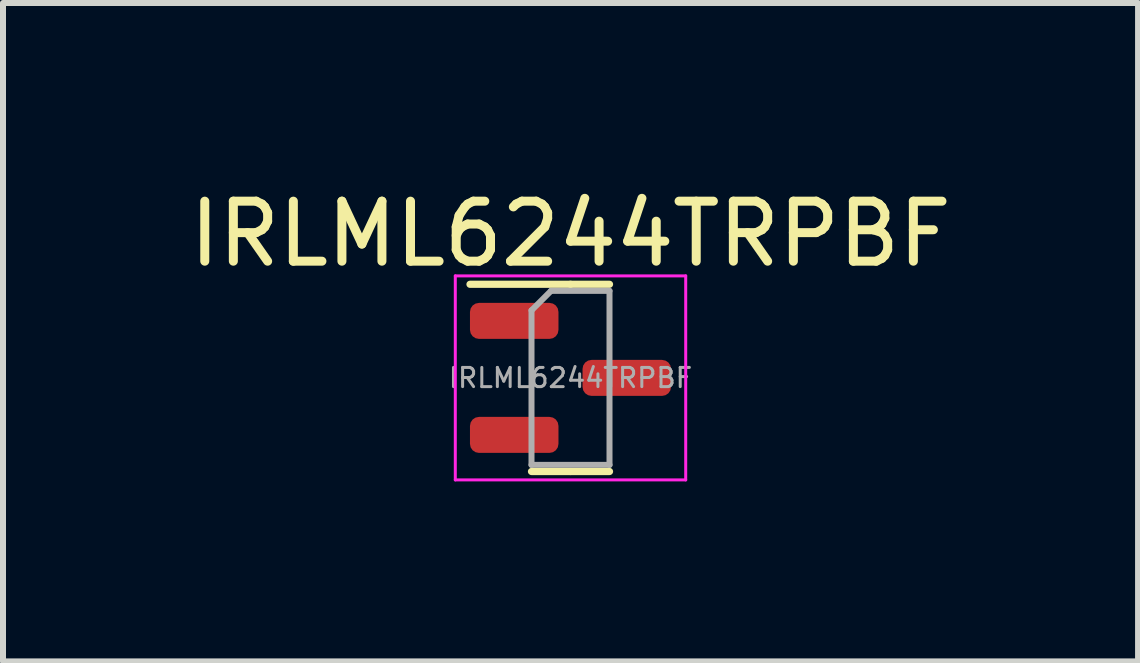
<source format=kicad_pcb>
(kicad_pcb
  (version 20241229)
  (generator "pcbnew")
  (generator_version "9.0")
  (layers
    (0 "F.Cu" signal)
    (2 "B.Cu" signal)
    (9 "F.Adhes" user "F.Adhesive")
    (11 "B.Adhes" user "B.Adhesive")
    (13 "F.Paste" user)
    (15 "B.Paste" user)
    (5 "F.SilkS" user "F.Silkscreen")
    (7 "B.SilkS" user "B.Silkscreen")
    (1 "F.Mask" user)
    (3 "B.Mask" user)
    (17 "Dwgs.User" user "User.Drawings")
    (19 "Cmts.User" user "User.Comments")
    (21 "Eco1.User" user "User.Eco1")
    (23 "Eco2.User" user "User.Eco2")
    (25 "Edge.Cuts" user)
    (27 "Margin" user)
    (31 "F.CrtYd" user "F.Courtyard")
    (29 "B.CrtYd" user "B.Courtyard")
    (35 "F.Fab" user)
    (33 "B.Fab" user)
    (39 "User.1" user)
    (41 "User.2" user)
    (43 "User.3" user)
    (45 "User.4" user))
  (footprint "IRLML6244TRPBF"
    (layer "F.Cu")
    (at 6.458 3.248)
    (property "Reference" "IRLML6244TRPBF" (at 0 -2.4 0) (layer "F.SilkS") (effects (font (size 1 1) (thickness 0.15))))
    (attr smd)
    (fp_line (start 0 -1.56) (end -1.675 -1.56) (stroke (width 0.12) (type solid)) (layer "F.SilkS"))
    (fp_line (start 0 -1.56) (end 0.65 -1.56) (stroke (width 0.12) (type solid)) (layer "F.SilkS"))
    (fp_line (start 0 1.56) (end -0.65 1.56) (stroke (width 0.12) (type solid)) (layer "F.SilkS"))
    (fp_line (start 0 1.56) (end 0.65 1.56) (stroke (width 0.12) (type solid)) (layer "F.SilkS"))
    (fp_line (start -1.92 -1.7) (end -1.92 1.7) (stroke (width 0.05) (type solid)) (layer "F.CrtYd"))
    (fp_line (start -1.92 1.7) (end 1.92 1.7) (stroke (width 0.05) (type solid)) (layer "F.CrtYd"))
    (fp_line (start 1.92 -1.7) (end -1.92 -1.7) (stroke (width 0.05) (type solid)) (layer "F.CrtYd"))
    (fp_line (start 1.92 1.7) (end 1.92 -1.7) (stroke (width 0.05) (type solid)) (layer "F.CrtYd"))
    (fp_line (start -0.65 -1.125) (end -0.325 -1.45) (stroke (width 0.1) (type solid)) (layer "F.Fab"))
    (fp_line (start -0.65 1.45) (end -0.65 -1.125) (stroke (width 0.1) (type solid)) (layer "F.Fab"))
    (fp_line (start -0.325 -1.45) (end 0.65 -1.45) (stroke (width 0.1) (type solid)) (layer "F.Fab"))
    (fp_line (start 0.65 -1.45) (end 0.65 1.45) (stroke (width 0.1) (type solid)) (layer "F.Fab"))
    (fp_line (start 0.65 1.45) (end -0.65 1.45) (stroke (width 0.1) (type solid)) (layer "F.Fab"))
    (fp_text user "${REFERENCE}" (at 0 0 0) (layer "F.Fab") (effects (font (size 0.32 0.32) (thickness 0.05))))
    (pad "1" smd roundrect (at -0.938 -0.95) (size 1.475 0.6) (layers "F.Cu" "F.Mask" "F.Paste") (roundrect_rratio 0.25))
    (pad "2" smd roundrect (at -0.938 0.95) (size 1.475 0.6) (layers "F.Cu" "F.Mask" "F.Paste") (roundrect_rratio 0.25))
    (pad "3" smd roundrect (at 0.938 0) (size 1.475 0.6) (layers "F.Cu" "F.Mask" "F.Paste") (roundrect_rratio 0.25)))
  (gr_rect
    (start -3 -3)
    (end 15.917 7.973)
    (stroke (width 0.1) (type default))
    (fill no)
    (layer "Edge.Cuts")))
</source>
